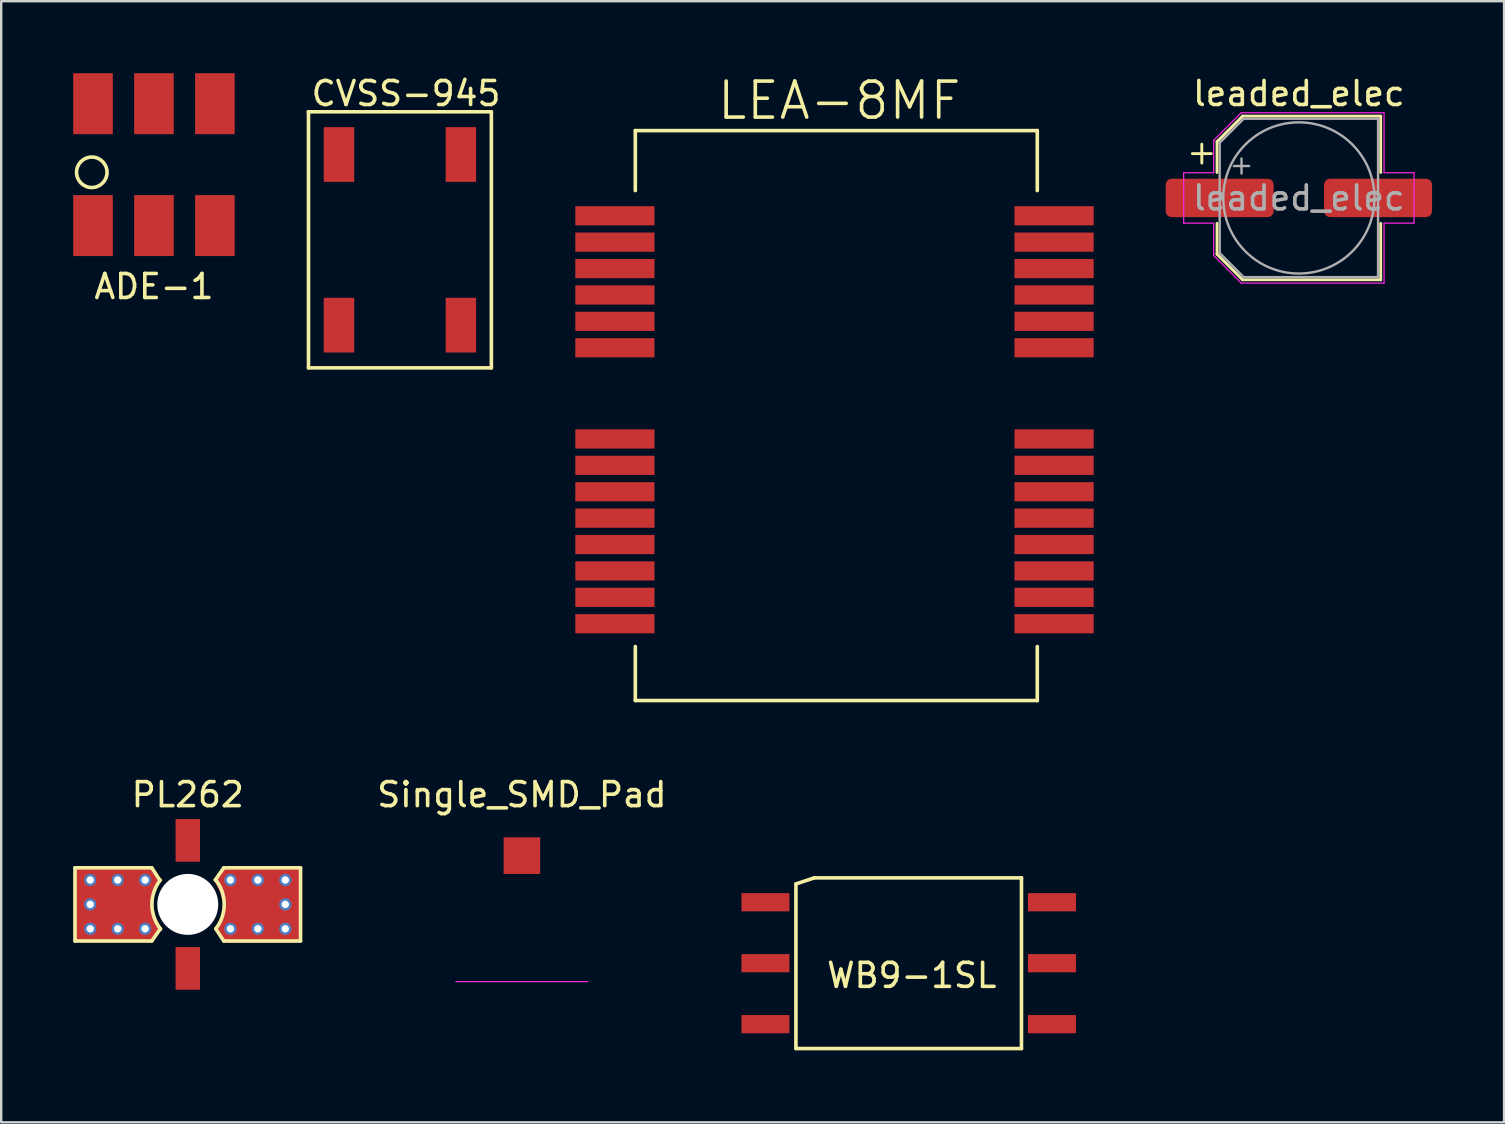
<source format=kicad_pcb>
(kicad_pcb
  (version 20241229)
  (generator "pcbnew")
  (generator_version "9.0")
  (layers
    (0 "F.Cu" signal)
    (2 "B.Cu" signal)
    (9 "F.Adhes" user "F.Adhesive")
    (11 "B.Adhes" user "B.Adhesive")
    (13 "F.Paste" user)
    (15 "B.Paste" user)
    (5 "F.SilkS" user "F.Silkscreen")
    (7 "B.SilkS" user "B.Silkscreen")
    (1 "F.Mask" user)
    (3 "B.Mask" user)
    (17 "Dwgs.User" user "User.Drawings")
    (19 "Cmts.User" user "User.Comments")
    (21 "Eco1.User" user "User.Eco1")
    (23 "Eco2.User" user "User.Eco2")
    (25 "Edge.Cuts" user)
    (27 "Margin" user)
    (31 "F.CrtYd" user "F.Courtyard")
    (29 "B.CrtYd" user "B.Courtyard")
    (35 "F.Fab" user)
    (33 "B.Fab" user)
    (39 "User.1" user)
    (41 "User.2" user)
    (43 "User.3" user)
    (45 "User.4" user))
  (footprint "Single_SMD_Pad"
    (layer "F.Cu")
    (at 18.697 32.604)
    (property "Reference" "Single_SMD_Pad" (at 0 -2.54 0) (layer "F.SilkS") (effects (font (size 1 1) (thickness 0.15))))
    (attr smd)
    (fp_line (start -2.75 5.25) (end 2.75 5.25) (stroke (width 0.05) (type solid)) (layer "F.CrtYd"))
    (pad "1" smd rect (at 0 0) (size 1.524 1.524) (layers "F.Cu" "F.Mask" "F.Paste")))
  (footprint "ADE-1"
    (layer "F.Cu")
    (at 0.825 6.35)
    (property "Reference" "ADE-1" (at 2.54 2.54 0) (layer "F.SilkS") (effects (font (size 1 1) (thickness 0.15))))
    (attr through_hole)
    (fp_circle (center -0.05 -2.22) (end -0.05 -1.585) (stroke (width 0.15) (type solid)) (fill no) (layer "F.SilkS"))
    (pad "1" smd rect (at 0 0) (size 1.65 2.54) (layers "F.Cu" "F.Mask" "F.Paste"))
    (pad "2" smd rect (at 2.54 0) (size 1.65 2.54) (layers "F.Cu" "F.Mask" "F.Paste"))
    (pad "3" smd rect (at 5.08 0) (size 1.65 2.54) (layers "F.Cu" "F.Mask" "F.Paste"))
    (pad "4" smd rect (at 5.08 -5.08) (size 1.65 2.54) (layers "F.Cu" "F.Mask" "F.Paste"))
    (pad "5" smd rect (at 2.54 -5.08) (size 1.65 2.54) (layers "F.Cu" "F.Mask" "F.Paste"))
    (pad "6" smd rect (at 0 -5.08) (size 1.65 2.54) (layers "F.Cu" "F.Mask" "F.Paste")))
  (footprint "CVSS-945"
    (layer "F.Cu")
    (at 14.885 13.04)
    (property "Reference" "CVSS-945" (at -1.016 -12.192 0) (layer "F.SilkS") (effects (font (size 1 1) (thickness 0.15))))
    (attr through_hole)
    (fp_line (start -5.08 -11.43) (end -5.08 -11.43) (stroke (width 0.15) (type solid)) (layer "F.SilkS"))
    (fp_line (start -5.08 -11.43) (end 2.54 -11.43) (stroke (width 0.15) (type solid)) (layer "F.SilkS"))
    (fp_line (start -5.08 -0.762) (end -5.08 -11.43) (stroke (width 0.15) (type solid)) (layer "F.SilkS"))
    (fp_line (start 2.54 -11.43) (end 2.54 -0.762) (stroke (width 0.15) (type solid)) (layer "F.SilkS"))
    (fp_line (start 2.54 -0.762) (end -5.08 -0.762) (stroke (width 0.15) (type solid)) (layer "F.SilkS"))
    (pad "1" smd rect (at -3.81 -2.54) (size 1.27 2.28) (layers "F.Cu" "F.Mask" "F.Paste"))
    (pad "2" smd rect (at 1.27 -2.54) (size 1.27 2.28) (layers "F.Cu" "F.Mask" "F.Paste"))
    (pad "3" smd rect (at 1.27 -9.652) (size 1.27 2.28) (layers "F.Cu" "F.Mask" "F.Paste"))
    (pad "4" smd rect (at -3.81 -9.652) (size 1.27 2.28) (layers "F.Cu" "F.Mask" "F.Paste")))
  (footprint "WB9-1SL"
    (layer "F.Cu")
    (at 34.942 29.466)
    (property "Reference" "WB9-1SL" (at 0 8.128 0) (layer "F.SilkS") (effects (font (size 1 1) (thickness 0.15))))
    (attr through_hole)
    (fp_line (start -4.826 4.318) (end -4.064 4.064) (stroke (width 0.15) (type solid)) (layer "F.SilkS"))
    (fp_line (start -4.826 11.176) (end -4.826 4.318) (stroke (width 0.15) (type solid)) (layer "F.SilkS"))
    (fp_line (start -4.064 4.064) (end 4.572 4.064) (stroke (width 0.15) (type solid)) (layer "F.SilkS"))
    (fp_line (start 4.572 4.064) (end 4.572 11.176) (stroke (width 0.15) (type solid)) (layer "F.SilkS"))
    (fp_line (start 4.572 11.176) (end -4.826 11.176) (stroke (width 0.15) (type solid)) (layer "F.SilkS"))
    (pad "1" smd rect (at -6.096 5.08) (size 2 0.76) (layers "F.Cu" "F.Mask" "F.Paste"))
    (pad "2" smd rect (at -6.096 7.62) (size 2 0.76) (layers "F.Cu" "F.Mask" "F.Paste"))
    (pad "3" smd rect (at -6.096 10.16) (size 2 0.76) (layers "F.Cu" "F.Mask" "F.Paste"))
    (pad "4" smd rect (at 5.842 10.16) (size 2 0.76) (layers "F.Cu" "F.Mask" "F.Paste"))
    (pad "5" smd rect (at 5.842 7.62) (size 2 0.76) (layers "F.Cu" "F.Mask" "F.Paste"))
    (pad "6" smd rect (at 5.842 5.08) (size 2 0.76) (layers "F.Cu" "F.Mask" "F.Paste")))
  (footprint "LEA-8MF"
    (layer "F.Cu")
    (at 31.923 13.641)
    (property "Reference" "LEA-8MF" (at 0 -12.5 0) (layer "F.SilkS") (effects (font (size 1.5 1.5) (thickness 0.15))))
    (attr through_hole)
    (fp_line (start -8.5 -11.25) (end 8.25 -11.25) (stroke (width 0.15) (type solid)) (layer "F.SilkS"))
    (fp_line (start -8.5 -8.75) (end -8.5 -11.25) (stroke (width 0.15) (type solid)) (layer "F.SilkS"))
    (fp_line (start -8.5 10.25) (end -8.5 12.5) (stroke (width 0.15) (type solid)) (layer "F.SilkS"))
    (fp_line (start -8.5 12.5) (end 8.25 12.5) (stroke (width 0.15) (type solid)) (layer "F.SilkS"))
    (fp_line (start 8.25 -11.25) (end 8.25 -8.75) (stroke (width 0.15) (type solid)) (layer "F.SilkS"))
    (fp_line (start 8.25 12.5) (end 8.25 10.25) (stroke (width 0.15) (type solid)) (layer "F.SilkS"))
    (pad "1" smd rect (at 8.95 9.3) (size 3.3 0.8) (layers "F.Cu" "F.Mask" "F.Paste"))
    (pad "2" smd rect (at 8.95 8.2) (size 3.3 0.8) (layers "F.Cu" "F.Mask" "F.Paste"))
    (pad "3" smd rect (at 8.95 7.1) (size 3.3 0.8) (layers "F.Cu" "F.Mask" "F.Paste"))
    (pad "4" smd rect (at 8.95 6) (size 3.3 0.8) (layers "F.Cu" "F.Mask" "F.Paste"))
    (pad "5" smd rect (at 8.95 4.9) (size 3.3 0.8) (layers "F.Cu" "F.Mask" "F.Paste"))
    (pad "6" smd rect (at 8.95 3.8) (size 3.3 0.8) (layers "F.Cu" "F.Mask" "F.Paste"))
    (pad "7" smd rect (at 8.95 2.7) (size 3.3 0.8) (layers "F.Cu" "F.Mask" "F.Paste"))
    (pad "8" smd rect (at 8.95 1.6) (size 3.3 0.8) (layers "F.Cu" "F.Mask" "F.Paste"))
    (pad "9" smd rect (at 8.95 -2.2) (size 3.3 0.8) (layers "F.Cu" "F.Mask" "F.Paste"))
    (pad "10" smd rect (at 8.95 -3.3) (size 3.3 0.8) (layers "F.Cu" "F.Mask" "F.Paste"))
    (pad "11" smd rect (at 8.95 -4.4) (size 3.3 0.8) (layers "F.Cu" "F.Mask" "F.Paste"))
    (pad "12" smd rect (at 8.95 -5.5) (size 3.3 0.8) (layers "F.Cu" "F.Mask" "F.Paste"))
    (pad "13" smd rect (at 8.95 -6.6) (size 3.3 0.8) (layers "F.Cu" "F.Mask" "F.Paste"))
    (pad "14" smd rect (at 8.95 -7.7) (size 3.3 0.8) (layers "F.Cu" "F.Mask" "F.Paste"))
    (pad "15" smd rect (at -9.35 -7.7) (size 3.3 0.8) (layers "F.Cu" "F.Mask" "F.Paste"))
    (pad "16" smd rect (at -9.35 -6.6) (size 3.3 0.8) (layers "F.Cu" "F.Mask" "F.Paste"))
    (pad "17" smd rect (at -9.35 -5.5) (size 3.3 0.8) (layers "F.Cu" "F.Mask" "F.Paste"))
    (pad "18" smd rect (at -9.35 -4.4) (size 3.3 0.8) (layers "F.Cu" "F.Mask" "F.Paste"))
    (pad "19" smd rect (at -9.35 -3.3) (size 3.3 0.8) (layers "F.Cu" "F.Mask" "F.Paste"))
    (pad "20" smd rect (at -9.35 -2.2) (size 3.3 0.8) (layers "F.Cu" "F.Mask" "F.Paste"))
    (pad "21" smd rect (at -9.35 1.6) (size 3.3 0.8) (layers "F.Cu" "F.Mask" "F.Paste"))
    (pad "22" smd rect (at -9.35 2.7) (size 3.3 0.8) (layers "F.Cu" "F.Mask" "F.Paste"))
    (pad "23" smd rect (at -9.35 3.8) (size 3.3 0.8) (layers "F.Cu" "F.Mask" "F.Paste"))
    (pad "24" smd rect (at -9.35 4.9) (size 3.3 0.8) (layers "F.Cu" "F.Mask" "F.Paste"))
    (pad "25" smd rect (at -9.35 6) (size 3.3 0.8) (layers "F.Cu" "F.Mask" "F.Paste"))
    (pad "26" smd rect (at -9.35 7.1) (size 3.3 0.8) (layers "F.Cu" "F.Mask" "F.Paste"))
    (pad "27" smd rect (at -9.35 8.2) (size 3.3 0.8) (layers "F.Cu" "F.Mask" "F.Paste"))
    (pad "28" smd rect (at -9.35 9.3) (size 3.3 0.8) (layers "F.Cu" "F.Mask" "F.Paste")))
  (footprint "leaded_elec"
    (layer "F.Cu")
    (at 51.073 5.198)
    (property "Reference" "leaded_elec" (at 0 -4.35 0) (layer "F.SilkS") (effects (font (size 1 1) (thickness 0.15))))
    (attr smd)
    (fp_line (start -4.438 -1.847) (end -3.65 -1.847) (stroke (width 0.12) (type solid)) (layer "F.SilkS"))
    (fp_line (start -4.044 -2.241) (end -4.044 -1.454) (stroke (width 0.12) (type solid)) (layer "F.SilkS"))
    (fp_line (start -3.41 -2.346) (end -3.41 -1.06) (stroke (width 0.12) (type solid)) (layer "F.SilkS"))
    (fp_line (start -3.41 -2.346) (end -2.346 -3.41) (stroke (width 0.12) (type solid)) (layer "F.SilkS"))
    (fp_line (start -3.41 2.346) (end -3.41 1.06) (stroke (width 0.12) (type solid)) (layer "F.SilkS"))
    (fp_line (start -3.41 2.346) (end -2.346 3.41) (stroke (width 0.12) (type solid)) (layer "F.SilkS"))
    (fp_line (start -2.346 -3.41) (end 3.41 -3.41) (stroke (width 0.12) (type solid)) (layer "F.SilkS"))
    (fp_line (start -2.346 3.41) (end 3.41 3.41) (stroke (width 0.12) (type solid)) (layer "F.SilkS"))
    (fp_line (start 3.41 -3.41) (end 3.41 -1.06) (stroke (width 0.12) (type solid)) (layer "F.SilkS"))
    (fp_line (start 3.41 3.41) (end 3.41 1.06) (stroke (width 0.12) (type solid)) (layer "F.SilkS"))
    (fp_line (start -4.8 -1.05) (end -4.8 1.05) (stroke (width 0.05) (type solid)) (layer "F.CrtYd"))
    (fp_line (start -4.8 1.05) (end -3.55 1.05) (stroke (width 0.05) (type solid)) (layer "F.CrtYd"))
    (fp_line (start -3.55 -2.4) (end -3.55 -1.05) (stroke (width 0.05) (type solid)) (layer "F.CrtYd"))
    (fp_line (start -3.55 -2.4) (end -2.4 -3.55) (stroke (width 0.05) (type solid)) (layer "F.CrtYd"))
    (fp_line (start -3.55 -1.05) (end -4.8 -1.05) (stroke (width 0.05) (type solid)) (layer "F.CrtYd"))
    (fp_line (start -3.55 1.05) (end -3.55 2.4) (stroke (width 0.05) (type solid)) (layer "F.CrtYd"))
    (fp_line (start -3.55 2.4) (end -2.4 3.55) (stroke (width 0.05) (type solid)) (layer "F.CrtYd"))
    (fp_line (start -2.4 -3.55) (end 3.55 -3.55) (stroke (width 0.05) (type solid)) (layer "F.CrtYd"))
    (fp_line (start -2.4 3.55) (end 3.55 3.55) (stroke (width 0.05) (type solid)) (layer "F.CrtYd"))
    (fp_line (start 3.55 -3.55) (end 3.55 -1.05) (stroke (width 0.05) (type solid)) (layer "F.CrtYd"))
    (fp_line (start 3.55 -1.05) (end 4.8 -1.05) (stroke (width 0.05) (type solid)) (layer "F.CrtYd"))
    (fp_line (start 3.55 1.05) (end 3.55 3.55) (stroke (width 0.05) (type solid)) (layer "F.CrtYd"))
    (fp_line (start 4.8 -1.05) (end 4.8 1.05) (stroke (width 0.05) (type solid)) (layer "F.CrtYd"))
    (fp_line (start 4.8 1.05) (end 3.55 1.05) (stroke (width 0.05) (type solid)) (layer "F.CrtYd"))
    (fp_line (start -3.3 -2.3) (end -3.3 2.3) (stroke (width 0.1) (type solid)) (layer "F.Fab"))
    (fp_line (start -3.3 -2.3) (end -2.3 -3.3) (stroke (width 0.1) (type solid)) (layer "F.Fab"))
    (fp_line (start -3.3 2.3) (end -2.3 3.3) (stroke (width 0.1) (type solid)) (layer "F.Fab"))
    (fp_line (start -2.705 -1.33) (end -2.075 -1.33) (stroke (width 0.1) (type solid)) (layer "F.Fab"))
    (fp_line (start -2.39 -1.645) (end -2.39 -1.015) (stroke (width 0.1) (type solid)) (layer "F.Fab"))
    (fp_line (start -2.3 -3.3) (end 3.3 -3.3) (stroke (width 0.1) (type solid)) (layer "F.Fab"))
    (fp_line (start -2.3 3.3) (end 3.3 3.3) (stroke (width 0.1) (type solid)) (layer "F.Fab"))
    (fp_line (start 3.3 -3.3) (end 3.3 3.3) (stroke (width 0.1) (type solid)) (layer "F.Fab"))
    (fp_circle (center 0 0) (end 3.15 0) (stroke (width 0.1) (type solid)) (fill no) (layer "F.Fab"))
    (fp_text user "${REFERENCE}" (at 0 0 0) (layer "F.Fab") (effects (font (size 1 1) (thickness 0.15))))
    (pad "1" smd roundrect (at -3.3 0) (size 4.5 1.6) (layers "F.Cu" "F.Mask" "F.Paste") (roundrect_rratio 0.156))
    (pad "2" smd roundrect (at 3.3 0) (size 4.5 1.6) (layers "F.Cu" "F.Mask" "F.Paste") (roundrect_rratio 0.156)))
  (footprint "PL262"
    (layer "F.Cu")
    (at 4.774 34.636)
    (property "Reference" "PL262" (at 0 -4.572 0) (layer "F.SilkS") (effects (font (size 1 1) (thickness 0.15))))
    (attr through_hole)
    (fp_poly (pts (xy -4.699 -1.524) (xy -4.699 1.524) (xy -1.499 1.524) (xy -1.133 1.028) (xy -1.27 0.762) (xy -1.397 0.508) (xy -1.524 0) (xy -1.524 -0.254) (xy -1.397 -0.635) (xy -1.168 -1.016) (xy -1.499 -1.524)) (stroke (width 0.1) (type solid)) (fill yes) (layer "F.Cu"))
    (fp_poly (pts (xy 4.709 1.536) (xy 4.709 -1.512) (xy 1.508 -1.512) (xy 1.143 -1.016) (xy 1.28 -0.75) (xy 1.407 -0.496) (xy 1.534 0.012) (xy 1.534 0.266) (xy 1.407 0.647) (xy 1.178 1.028) (xy 1.508 1.536)) (stroke (width 0.1) (type solid)) (fill yes) (layer "F.Cu"))
    (fp_line (start -4.699 -1.524) (end -4.699 1.524) (stroke (width 0.15) (type solid)) (layer "F.SilkS"))
    (fp_line (start -4.699 -1.524) (end -1.499 -1.524) (stroke (width 0.15) (type solid)) (layer "F.SilkS"))
    (fp_line (start -4.699 1.524) (end -1.499 1.524) (stroke (width 0.15) (type solid)) (layer "F.SilkS"))
    (fp_line (start -1.499 -1.524) (end -1.168 -1.016) (stroke (width 0.15) (type solid)) (layer "F.SilkS"))
    (fp_line (start -1.499 1.524) (end -1.143 1.016) (stroke (width 0.15) (type solid)) (layer "F.SilkS"))
    (fp_line (start 1.499 -1.524) (end 1.143 -1.016) (stroke (width 0.15) (type solid)) (layer "F.SilkS"))
    (fp_line (start 1.499 1.524) (end 1.168 1.016) (stroke (width 0.15) (type solid)) (layer "F.SilkS"))
    (fp_line (start 4.699 -1.524) (end 1.499 -1.524) (stroke (width 0.15) (type solid)) (layer "F.SilkS"))
    (fp_line (start 4.699 1.524) (end 1.499 1.524) (stroke (width 0.15) (type solid)) (layer "F.SilkS"))
    (fp_line (start 4.699 1.524) (end 4.699 -1.524) (stroke (width 0.15) (type solid)) (layer "F.SilkS"))
    (fp_arc (start -1.133147 1.028437) (mid -1.493884 0.007934) (end -1.143 -1.015999) (stroke (width 0.15) (type solid)) (layer "F.SilkS"))
    (fp_arc (start 1.158547 -1.028436) (mid 1.519284 -0.007933) (end 1.1684 1.016) (stroke (width 0.15) (type solid)) (layer "F.SilkS"))
    (pad "" thru_hole circle (at -4.064 -1.016) (size 0.508 0.508) (drill 0.308) (layers "*.Cu" "*.Mask"))
    (pad "" thru_hole circle (at -4.064 0) (size 0.508 0.508) (drill 0.308) (layers "*.Cu" "*.Mask"))
    (pad "" thru_hole circle (at -4.064 1.016) (size 0.508 0.508) (drill 0.308) (layers "*.Cu" "*.Mask"))
    (pad "" thru_hole circle (at -2.921 -1.016) (size 0.508 0.508) (drill 0.308) (layers "*.Cu" "*.Mask"))
    (pad "" thru_hole circle (at -2.921 1.016) (size 0.508 0.508) (drill 0.308) (layers "*.Cu" "*.Mask"))
    (pad "" thru_hole circle (at -1.778 -1.016) (size 0.508 0.508) (drill 0.308) (layers "*.Cu" "*.Mask"))
    (pad "" thru_hole circle (at -1.778 1.016) (size 0.508 0.508) (drill 0.308) (layers "*.Cu" "*.Mask"))
    (pad "" np_thru_hole circle (at 0 0) (size 2.54 2.54) (drill 2.54) (layers "*.Cu" "*.Mask"))
    (pad "" thru_hole circle (at 1.778 -1.016 180) (size 0.508 0.508) (drill 0.308) (layers "*.Cu" "*.Mask"))
    (pad "" thru_hole circle (at 1.778 1.016 180) (size 0.508 0.508) (drill 0.308) (layers "*.Cu" "*.Mask"))
    (pad "" thru_hole circle (at 2.921 -1.016 180) (size 0.508 0.508) (drill 0.308) (layers "*.Cu" "*.Mask"))
    (pad "" thru_hole circle (at 2.921 1.016 180) (size 0.508 0.508) (drill 0.308) (layers "*.Cu" "*.Mask"))
    (pad "" thru_hole circle (at 4.064 -1.016 180) (size 0.508 0.508) (drill 0.308) (layers "*.Cu" "*.Mask"))
    (pad "" thru_hole circle (at 4.064 0 180) (size 0.508 0.508) (drill 0.308) (layers "*.Cu" "*.Mask"))
    (pad "" thru_hole circle (at 4.064 1.016 180) (size 0.508 0.508) (drill 0.308) (layers "*.Cu" "*.Mask"))
    (pad "1" smd rect (at 0 2.667) (size 1.016 1.778) (layers "F.Cu" "F.Mask" "F.Paste"))
    (pad "2" smd rect (at 2.667 0 270) (size 1.016 1.778) (layers "F.Cu" "F.Mask" "F.Paste"))
    (pad "3" smd rect (at 0 -2.667 180) (size 1.016 1.778) (layers "F.Cu" "F.Mask" "F.Paste"))
    (pad "4" smd rect (at -2.667 0 90) (size 1.016 1.778) (layers "F.Cu" "F.Mask" "F.Paste")))
  (gr_rect
    (start -3 -3)
    (end 59.623 43.717)
    (stroke (width 0.1) (type default))
    (fill no)
    (layer "Edge.Cuts")))
</source>
